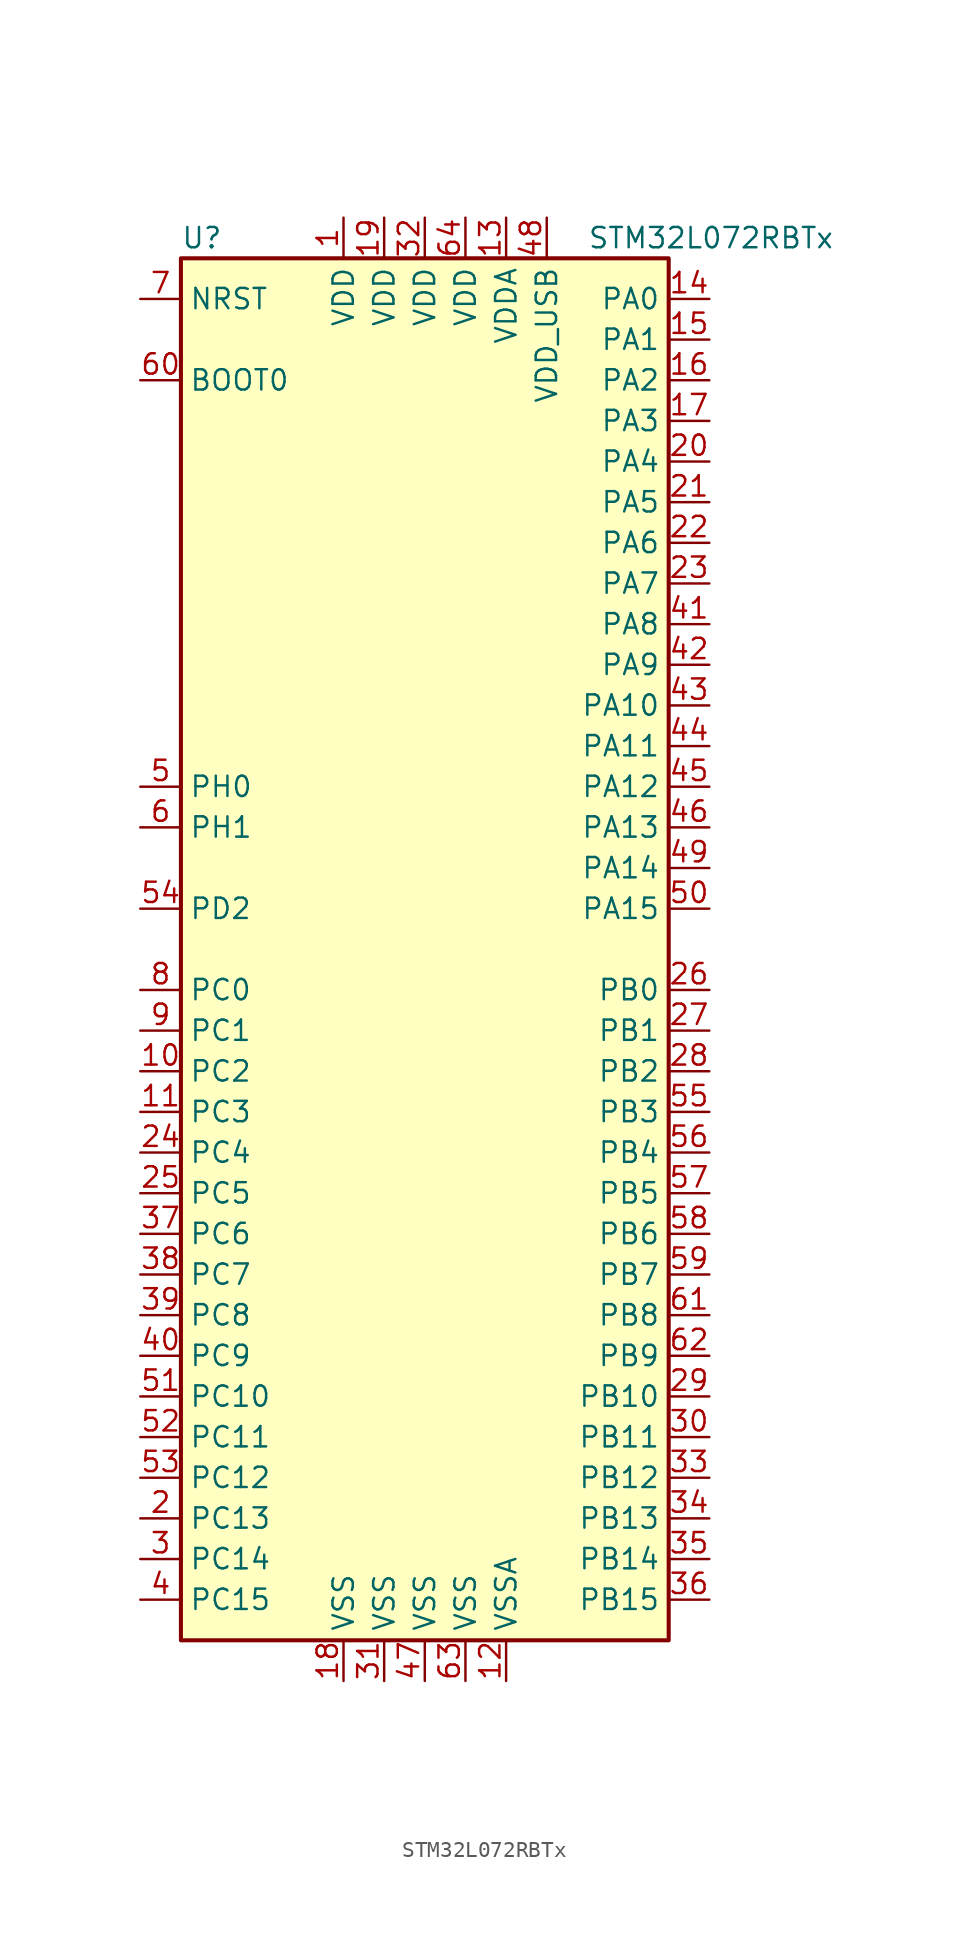
<source format=kicad_sym>
(kicad_symbol_lib
  (version 20201005)
  (generator kicad_symbol_editor)
  (symbol "STM32L072RBTx"
    (property "Reference" "U"
      (at -15.24 44.45 0)
      (effects (font (size 1.27 1.27)) (justify left)))
    (property "Value" "STM32L072RBTx"
      (at 10.16 44.45 0)
      (effects (font (size 1.27 1.27)) (justify left)))
    (symbol "STM32L072RBTx_0_1"
      (rectangle (start -15.24 -43.18) (end 15.24 43.18) (stroke (width 0.254)) (fill (type background))))
    (symbol "STM32L072RBTx_1_1"
      (pin input line (at -17.78 35.56 0) (length 2.54) (name "BOOT0" (effects (font (size 1.27 1.27)))) (number "60" (effects (font (size 1.27 1.27)))))
      (pin input line (at -17.78 40.64 0) (length 2.54) (name "NRST" (effects (font (size 1.27 1.27)))) (number "7" (effects (font (size 1.27 1.27)))))
      (pin bidirectional line (at 17.78 40.64 180) (length 2.54) (name "PA0" (effects (font (size 1.27 1.27)))) (number "14" (effects (font (size 1.27 1.27)))))
      (pin bidirectional line (at 17.78 38.1 180) (length 2.54) (name "PA1" (effects (font (size 1.27 1.27)))) (number "15" (effects (font (size 1.27 1.27)))))
      (pin bidirectional line (at 17.78 15.24 180) (length 2.54) (name "PA10" (effects (font (size 1.27 1.27)))) (number "43" (effects (font (size 1.27 1.27)))))
      (pin bidirectional line (at 17.78 12.7 180) (length 2.54) (name "PA11" (effects (font (size 1.27 1.27)))) (number "44" (effects (font (size 1.27 1.27)))))
      (pin bidirectional line (at 17.78 10.16 180) (length 2.54) (name "PA12" (effects (font (size 1.27 1.27)))) (number "45" (effects (font (size 1.27 1.27)))))
      (pin bidirectional line (at 17.78 7.62 180) (length 2.54) (name "PA13" (effects (font (size 1.27 1.27)))) (number "46" (effects (font (size 1.27 1.27)))))
      (pin bidirectional line (at 17.78 5.08 180) (length 2.54) (name "PA14" (effects (font (size 1.27 1.27)))) (number "49" (effects (font (size 1.27 1.27)))))
      (pin bidirectional line (at 17.78 2.54 180) (length 2.54) (name "PA15" (effects (font (size 1.27 1.27)))) (number "50" (effects (font (size 1.27 1.27)))))
      (pin bidirectional line (at 17.78 35.56 180) (length 2.54) (name "PA2" (effects (font (size 1.27 1.27)))) (number "16" (effects (font (size 1.27 1.27)))))
      (pin bidirectional line (at 17.78 33.02 180) (length 2.54) (name "PA3" (effects (font (size 1.27 1.27)))) (number "17" (effects (font (size 1.27 1.27)))))
      (pin bidirectional line (at 17.78 30.48 180) (length 2.54) (name "PA4" (effects (font (size 1.27 1.27)))) (number "20" (effects (font (size 1.27 1.27)))))
      (pin bidirectional line (at 17.78 27.94 180) (length 2.54) (name "PA5" (effects (font (size 1.27 1.27)))) (number "21" (effects (font (size 1.27 1.27)))))
      (pin bidirectional line (at 17.78 25.4 180) (length 2.54) (name "PA6" (effects (font (size 1.27 1.27)))) (number "22" (effects (font (size 1.27 1.27)))))
      (pin bidirectional line (at 17.78 22.86 180) (length 2.54) (name "PA7" (effects (font (size 1.27 1.27)))) (number "23" (effects (font (size 1.27 1.27)))))
      (pin bidirectional line (at 17.78 20.32 180) (length 2.54) (name "PA8" (effects (font (size 1.27 1.27)))) (number "41" (effects (font (size 1.27 1.27)))))
      (pin bidirectional line (at 17.78 17.78 180) (length 2.54) (name "PA9" (effects (font (size 1.27 1.27)))) (number "42" (effects (font (size 1.27 1.27)))))
      (pin bidirectional line (at 17.78 -2.54 180) (length 2.54) (name "PB0" (effects (font (size 1.27 1.27)))) (number "26" (effects (font (size 1.27 1.27)))))
      (pin bidirectional line (at 17.78 -5.08 180) (length 2.54) (name "PB1" (effects (font (size 1.27 1.27)))) (number "27" (effects (font (size 1.27 1.27)))))
      (pin bidirectional line (at 17.78 -27.94 180) (length 2.54) (name "PB10" (effects (font (size 1.27 1.27)))) (number "29" (effects (font (size 1.27 1.27)))))
      (pin bidirectional line (at 17.78 -30.48 180) (length 2.54) (name "PB11" (effects (font (size 1.27 1.27)))) (number "30" (effects (font (size 1.27 1.27)))))
      (pin bidirectional line (at 17.78 -33.02 180) (length 2.54) (name "PB12" (effects (font (size 1.27 1.27)))) (number "33" (effects (font (size 1.27 1.27)))))
      (pin bidirectional line (at 17.78 -35.56 180) (length 2.54) (name "PB13" (effects (font (size 1.27 1.27)))) (number "34" (effects (font (size 1.27 1.27)))))
      (pin bidirectional line (at 17.78 -38.1 180) (length 2.54) (name "PB14" (effects (font (size 1.27 1.27)))) (number "35" (effects (font (size 1.27 1.27)))))
      (pin bidirectional line (at 17.78 -40.64 180) (length 2.54) (name "PB15" (effects (font (size 1.27 1.27)))) (number "36" (effects (font (size 1.27 1.27)))))
      (pin bidirectional line (at 17.78 -7.62 180) (length 2.54) (name "PB2" (effects (font (size 1.27 1.27)))) (number "28" (effects (font (size 1.27 1.27)))))
      (pin bidirectional line (at 17.78 -10.16 180) (length 2.54) (name "PB3" (effects (font (size 1.27 1.27)))) (number "55" (effects (font (size 1.27 1.27)))))
      (pin bidirectional line (at 17.78 -12.7 180) (length 2.54) (name "PB4" (effects (font (size 1.27 1.27)))) (number "56" (effects (font (size 1.27 1.27)))))
      (pin bidirectional line (at 17.78 -15.24 180) (length 2.54) (name "PB5" (effects (font (size 1.27 1.27)))) (number "57" (effects (font (size 1.27 1.27)))))
      (pin bidirectional line (at 17.78 -17.78 180) (length 2.54) (name "PB6" (effects (font (size 1.27 1.27)))) (number "58" (effects (font (size 1.27 1.27)))))
      (pin bidirectional line (at 17.78 -20.32 180) (length 2.54) (name "PB7" (effects (font (size 1.27 1.27)))) (number "59" (effects (font (size 1.27 1.27)))))
      (pin bidirectional line (at 17.78 -22.86 180) (length 2.54) (name "PB8" (effects (font (size 1.27 1.27)))) (number "61" (effects (font (size 1.27 1.27)))))
      (pin bidirectional line (at 17.78 -25.4 180) (length 2.54) (name "PB9" (effects (font (size 1.27 1.27)))) (number "62" (effects (font (size 1.27 1.27)))))
      (pin bidirectional line (at -17.78 -2.54 0) (length 2.54) (name "PC0" (effects (font (size 1.27 1.27)))) (number "8" (effects (font (size 1.27 1.27)))))
      (pin bidirectional line (at -17.78 -5.08 0) (length 2.54) (name "PC1" (effects (font (size 1.27 1.27)))) (number "9" (effects (font (size 1.27 1.27)))))
      (pin bidirectional line (at -17.78 -27.94 0) (length 2.54) (name "PC10" (effects (font (size 1.27 1.27)))) (number "51" (effects (font (size 1.27 1.27)))))
      (pin bidirectional line (at -17.78 -30.48 0) (length 2.54) (name "PC11" (effects (font (size 1.27 1.27)))) (number "52" (effects (font (size 1.27 1.27)))))
      (pin bidirectional line (at -17.78 -33.02 0) (length 2.54) (name "PC12" (effects (font (size 1.27 1.27)))) (number "53" (effects (font (size 1.27 1.27)))))
      (pin bidirectional line (at -17.78 -35.56 0) (length 2.54) (name "PC13" (effects (font (size 1.27 1.27)))) (number "2" (effects (font (size 1.27 1.27)))))
      (pin bidirectional line (at -17.78 -38.1 0) (length 2.54) (name "PC14" (effects (font (size 1.27 1.27)))) (number "3" (effects (font (size 1.27 1.27)))))
      (pin bidirectional line (at -17.78 -40.64 0) (length 2.54) (name "PC15" (effects (font (size 1.27 1.27)))) (number "4" (effects (font (size 1.27 1.27)))))
      (pin bidirectional line (at -17.78 -7.62 0) (length 2.54) (name "PC2" (effects (font (size 1.27 1.27)))) (number "10" (effects (font (size 1.27 1.27)))))
      (pin bidirectional line (at -17.78 -10.16 0) (length 2.54) (name "PC3" (effects (font (size 1.27 1.27)))) (number "11" (effects (font (size 1.27 1.27)))))
      (pin bidirectional line (at -17.78 -12.7 0) (length 2.54) (name "PC4" (effects (font (size 1.27 1.27)))) (number "24" (effects (font (size 1.27 1.27)))))
      (pin bidirectional line (at -17.78 -15.24 0) (length 2.54) (name "PC5" (effects (font (size 1.27 1.27)))) (number "25" (effects (font (size 1.27 1.27)))))
      (pin bidirectional line (at -17.78 -17.78 0) (length 2.54) (name "PC6" (effects (font (size 1.27 1.27)))) (number "37" (effects (font (size 1.27 1.27)))))
      (pin bidirectional line (at -17.78 -20.32 0) (length 2.54) (name "PC7" (effects (font (size 1.27 1.27)))) (number "38" (effects (font (size 1.27 1.27)))))
      (pin bidirectional line (at -17.78 -22.86 0) (length 2.54) (name "PC8" (effects (font (size 1.27 1.27)))) (number "39" (effects (font (size 1.27 1.27)))))
      (pin bidirectional line (at -17.78 -25.4 0) (length 2.54) (name "PC9" (effects (font (size 1.27 1.27)))) (number "40" (effects (font (size 1.27 1.27)))))
      (pin bidirectional line (at -17.78 2.54 0) (length 2.54) (name "PD2" (effects (font (size 1.27 1.27)))) (number "54" (effects (font (size 1.27 1.27)))))
      (pin input line (at -17.78 10.16 0) (length 2.54) (name "PH0" (effects (font (size 1.27 1.27)))) (number "5" (effects (font (size 1.27 1.27)))))
      (pin input line (at -17.78 7.62 0) (length 2.54) (name "PH1" (effects (font (size 1.27 1.27)))) (number "6" (effects (font (size 1.27 1.27)))))
      (pin power_in line (at -5.08 45.72 270) (length 2.54) (name "VDD" (effects (font (size 1.27 1.27)))) (number "1" (effects (font (size 1.27 1.27)))))
      (pin power_in line (at -2.54 45.72 270) (length 2.54) (name "VDD" (effects (font (size 1.27 1.27)))) (number "19" (effects (font (size 1.27 1.27)))))
      (pin power_in line (at 0 45.72 270) (length 2.54) (name "VDD" (effects (font (size 1.27 1.27)))) (number "32" (effects (font (size 1.27 1.27)))))
      (pin power_in line (at 2.54 45.72 270) (length 2.54) (name "VDD" (effects (font (size 1.27 1.27)))) (number "64" (effects (font (size 1.27 1.27)))))
      (pin power_in line (at 5.08 45.72 270) (length 2.54) (name "VDDA" (effects (font (size 1.27 1.27)))) (number "13" (effects (font (size 1.27 1.27)))))
      (pin power_in line (at 7.62 45.72 270) (length 2.54) (name "VDD_USB" (effects (font (size 1.27 1.27)))) (number "48" (effects (font (size 1.27 1.27)))))
      (pin power_in line (at -5.08 -45.72 90) (length 2.54) (name "VSS" (effects (font (size 1.27 1.27)))) (number "18" (effects (font (size 1.27 1.27)))))
      (pin power_in line (at -2.54 -45.72 90) (length 2.54) (name "VSS" (effects (font (size 1.27 1.27)))) (number "31" (effects (font (size 1.27 1.27)))))
      (pin power_in line (at 0 -45.72 90) (length 2.54) (name "VSS" (effects (font (size 1.27 1.27)))) (number "47" (effects (font (size 1.27 1.27)))))
      (pin power_in line (at 2.54 -45.72 90) (length 2.54) (name "VSS" (effects (font (size 1.27 1.27)))) (number "63" (effects (font (size 1.27 1.27)))))
      (pin power_in line (at 5.08 -45.72 90) (length 2.54) (name "VSSA" (effects (font (size 1.27 1.27)))) (number "12" (effects (font (size 1.27 1.27))))))))
</source>
